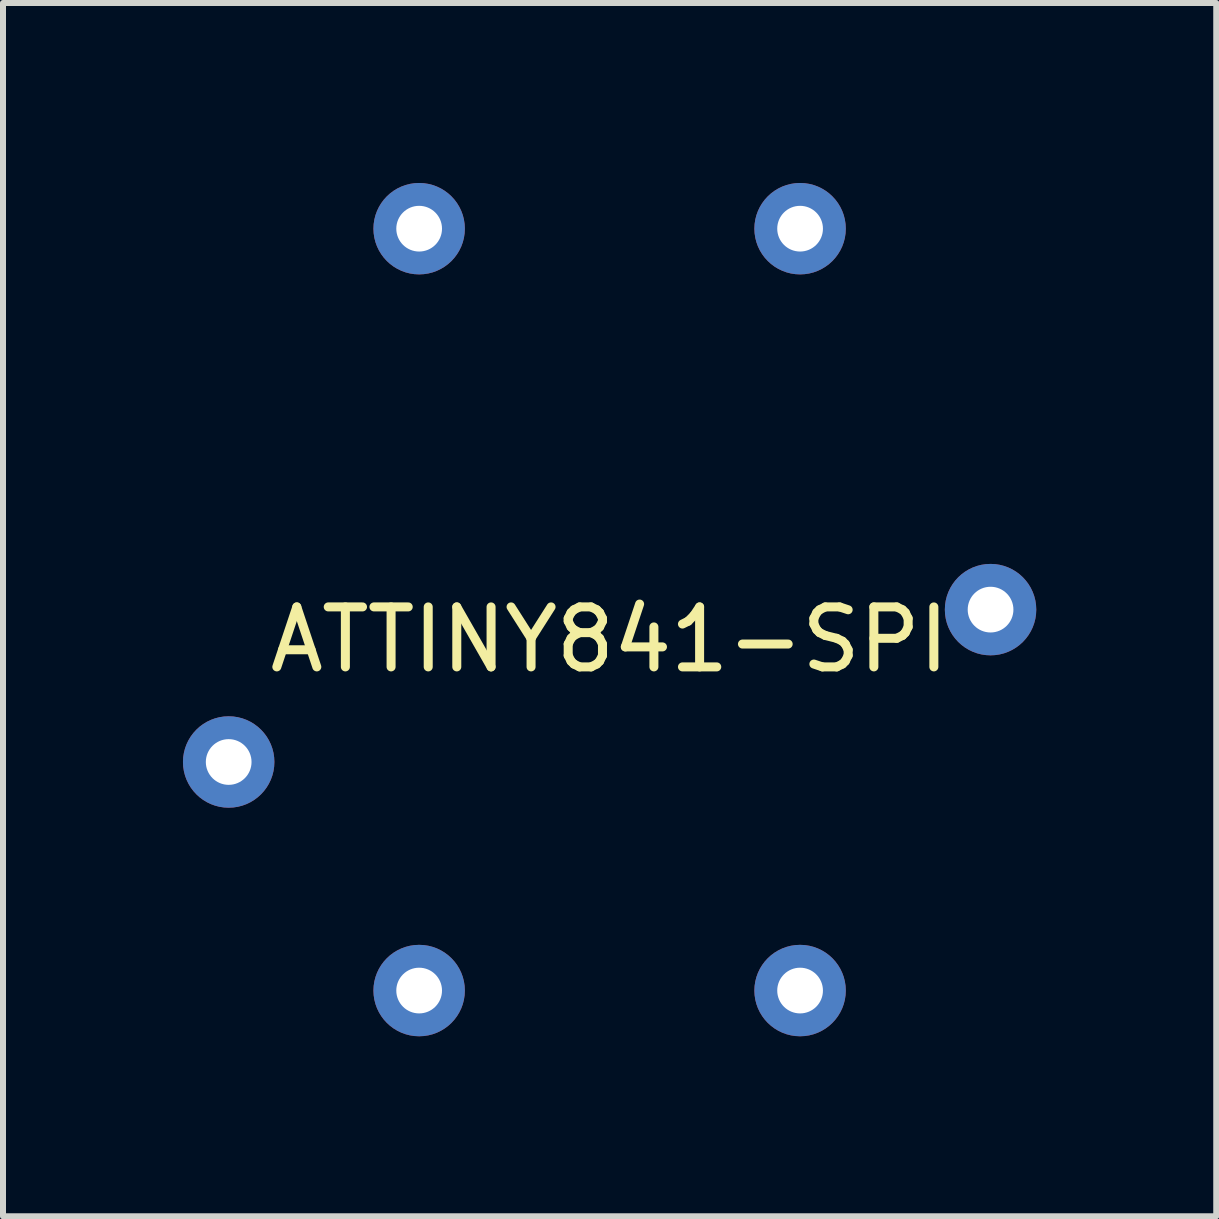
<source format=kicad_pcb>
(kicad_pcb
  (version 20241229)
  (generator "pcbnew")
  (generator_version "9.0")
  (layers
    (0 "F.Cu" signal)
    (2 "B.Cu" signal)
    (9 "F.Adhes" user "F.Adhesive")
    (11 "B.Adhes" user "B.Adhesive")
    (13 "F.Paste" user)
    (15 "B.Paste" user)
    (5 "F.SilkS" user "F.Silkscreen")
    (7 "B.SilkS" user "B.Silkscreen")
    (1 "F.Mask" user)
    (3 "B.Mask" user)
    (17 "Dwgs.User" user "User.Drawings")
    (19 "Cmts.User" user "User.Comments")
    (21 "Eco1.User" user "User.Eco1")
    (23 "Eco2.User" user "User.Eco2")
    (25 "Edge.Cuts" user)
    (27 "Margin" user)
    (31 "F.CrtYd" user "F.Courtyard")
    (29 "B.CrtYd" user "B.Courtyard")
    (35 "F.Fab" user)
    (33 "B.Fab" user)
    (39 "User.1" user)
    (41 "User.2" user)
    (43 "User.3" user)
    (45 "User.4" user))
  (footprint "ATTINY841-SPI"
    (layer "F.Cu")
    (at 7.112 7.112)
    (property "Reference" "ATTINY841-SPI" (at 0 0.5 0) (layer "F.SilkS") (effects (font (size 1 1) (thickness 0.15))))
    (attr through_hole)
    (pad "1" thru_hole circle (at -3.175 6.35) (size 1.524 1.524) (drill 0.762) (layers "*.Cu" "*.Mask"))
    (pad "2" thru_hole circle (at 3.175 -6.35) (size 1.524 1.524) (drill 0.762) (layers "*.Cu" "*.Mask"))
    (pad "3" thru_hole circle (at -6.35 2.54) (size 1.524 1.524) (drill 0.762) (layers "*.Cu" "*.Mask"))
    (pad "4" thru_hole circle (at 3.175 6.35) (size 1.524 1.524) (drill 0.762) (layers "*.Cu" "*.Mask"))
    (pad "5" thru_hole circle (at 6.35 0) (size 1.524 1.524) (drill 0.762) (layers "*.Cu" "*.Mask"))
    (pad "6" thru_hole circle (at -3.175 -6.35) (size 1.524 1.524) (drill 0.762) (layers "*.Cu" "*.Mask")))
  (gr_rect
    (start -3 -3)
    (end 17.224 17.224)
    (stroke (width 0.1) (type default))
    (fill no)
    (layer "Edge.Cuts")))
</source>
